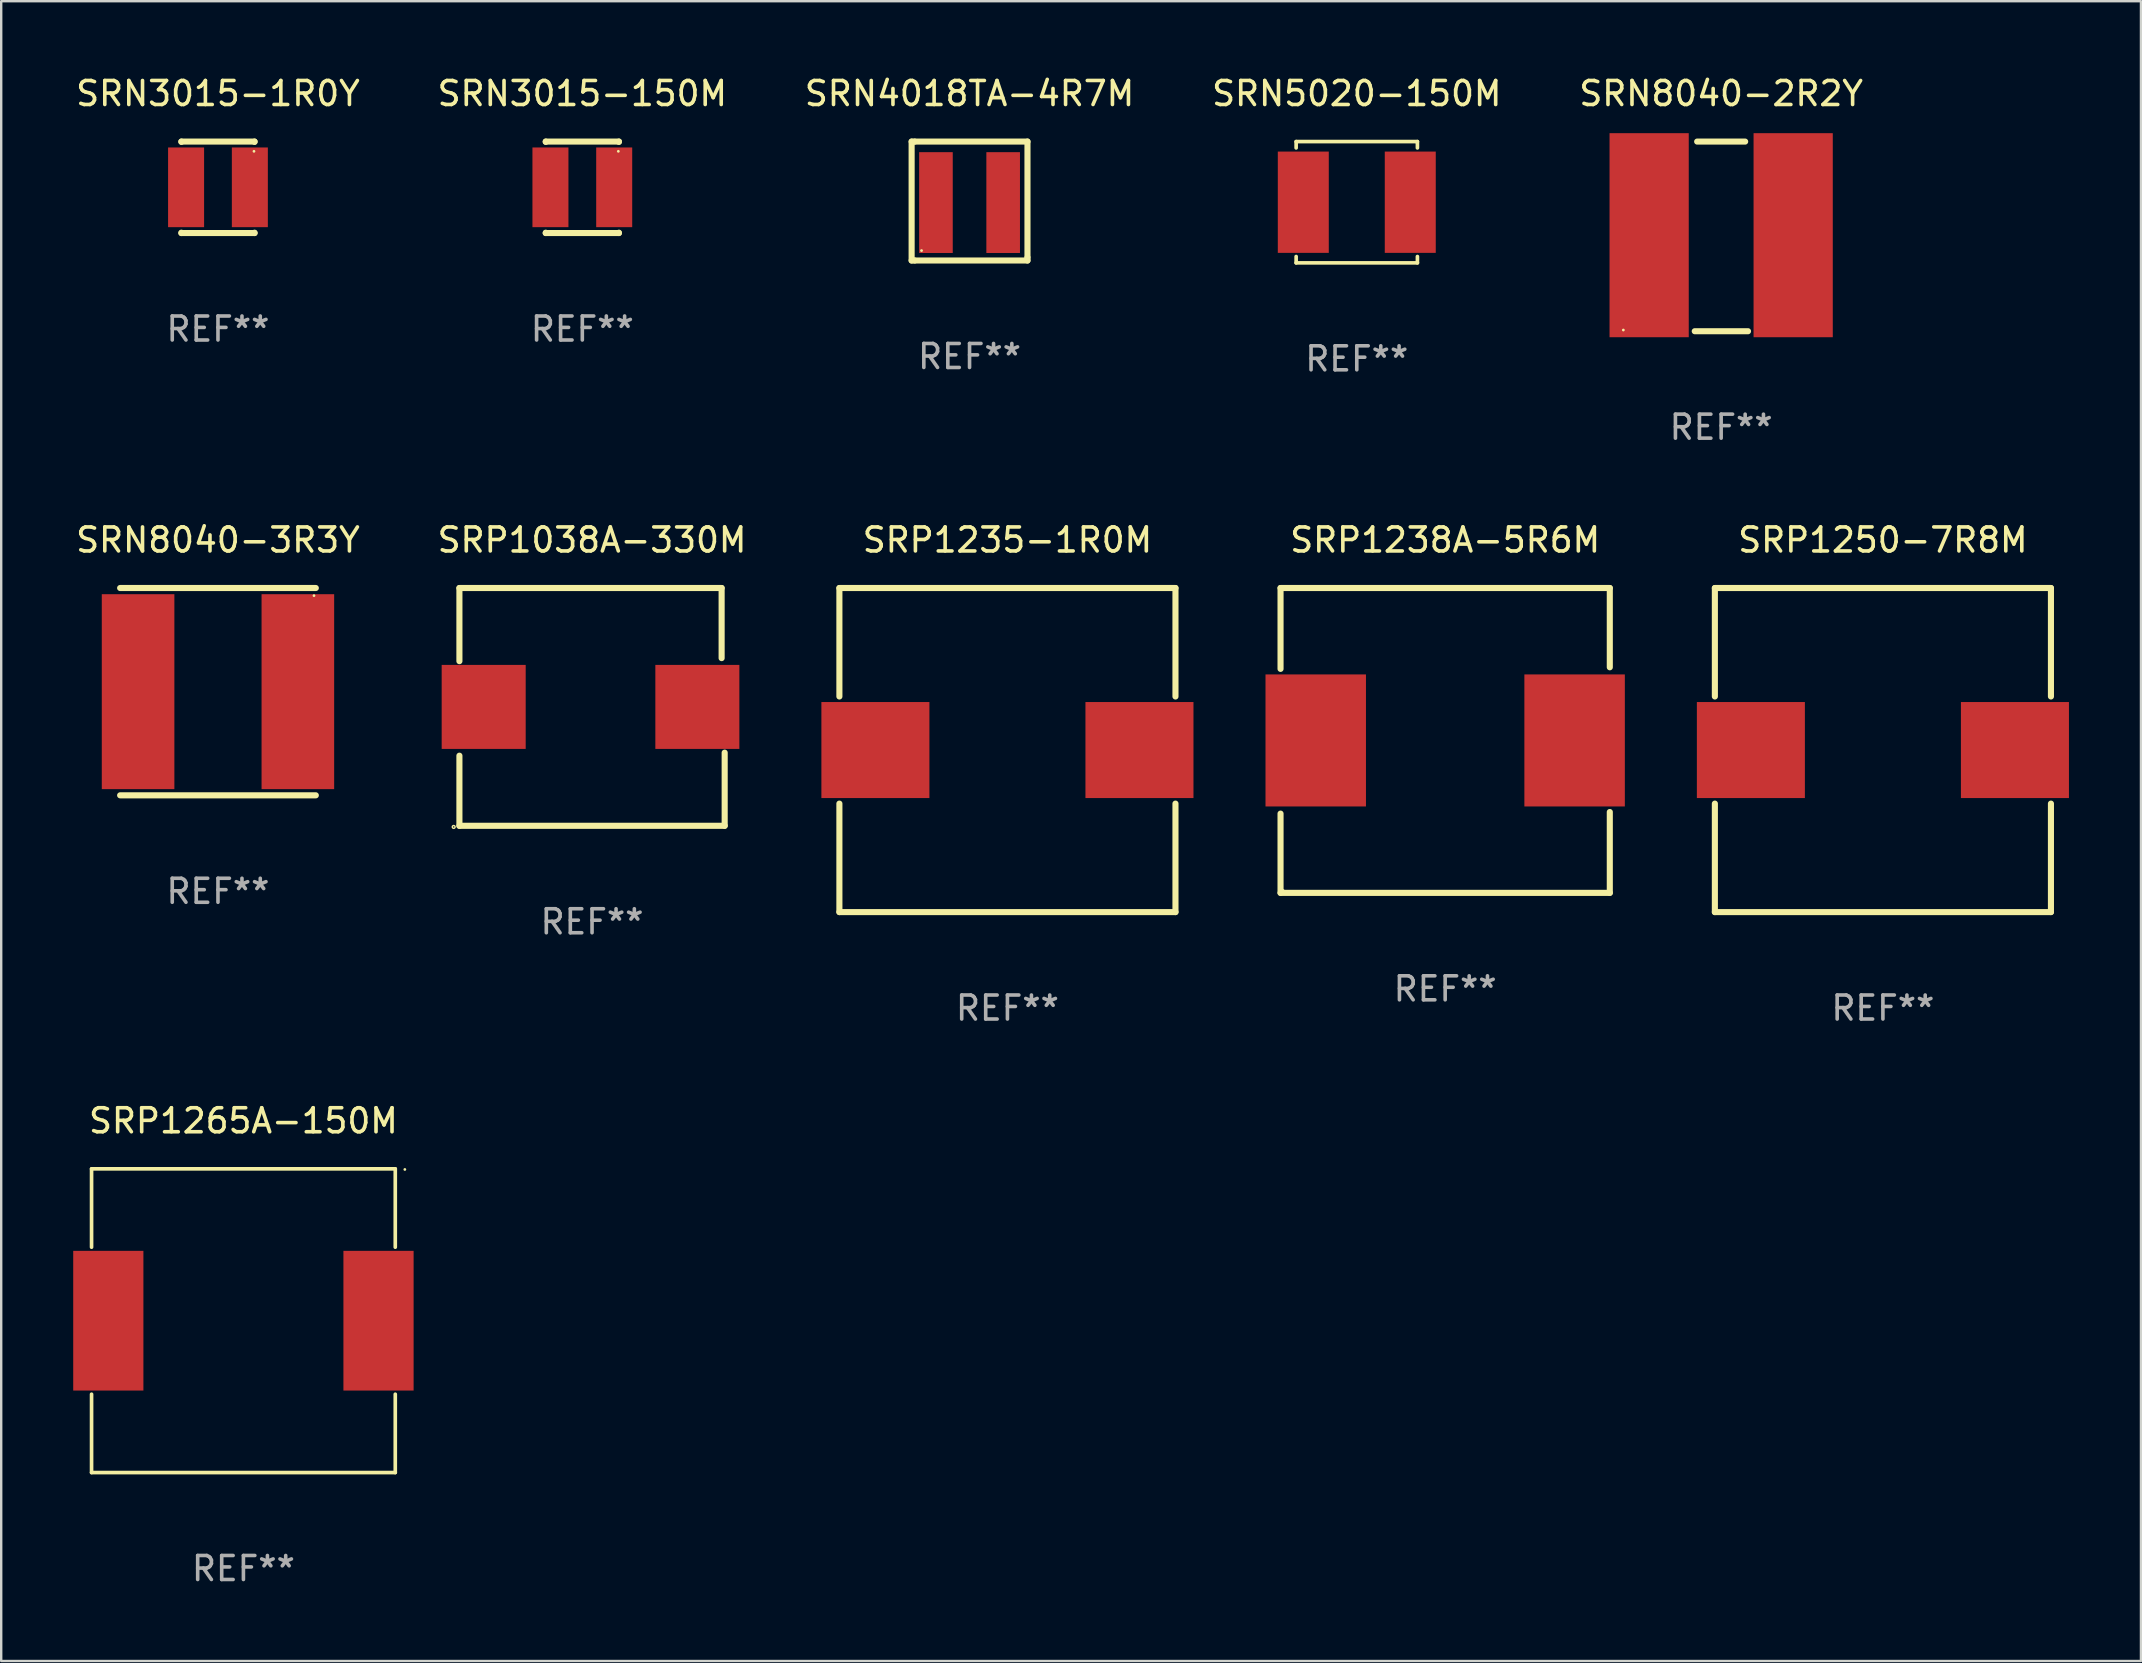
<source format=kicad_pcb>
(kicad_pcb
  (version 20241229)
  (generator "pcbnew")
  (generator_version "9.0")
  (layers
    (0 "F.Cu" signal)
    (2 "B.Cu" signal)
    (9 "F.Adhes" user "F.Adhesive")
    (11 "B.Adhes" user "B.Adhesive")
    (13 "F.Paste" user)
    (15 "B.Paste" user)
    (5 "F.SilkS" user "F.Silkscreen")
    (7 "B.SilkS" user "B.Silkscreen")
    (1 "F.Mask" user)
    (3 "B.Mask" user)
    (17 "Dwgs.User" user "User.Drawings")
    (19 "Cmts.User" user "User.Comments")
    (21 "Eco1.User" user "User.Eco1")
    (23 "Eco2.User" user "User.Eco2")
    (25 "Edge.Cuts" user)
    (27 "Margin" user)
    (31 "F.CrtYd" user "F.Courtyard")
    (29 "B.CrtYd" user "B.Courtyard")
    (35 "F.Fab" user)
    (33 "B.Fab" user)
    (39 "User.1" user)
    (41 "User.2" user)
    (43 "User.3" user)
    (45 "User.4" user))
  (footprint "SRN8040-2R2Y"
    (layer "F.Cu")
    (at 68.649 6.798)
    (property "Reference" "SRN8040-2R2Y" (at 0 -5.95 0) (layer "F.SilkS") (effects (font (size 1 1) (thickness 0.15))))
    (attr through_hole)
    (fp_line (start -1.1 3.95) (end 1.119 3.95) (stroke (width 0.254) (type solid)) (layer "F.SilkS"))
    (fp_line (start -1 -3.95) (end 1 -3.95) (stroke (width 0.254) (type solid)) (layer "F.SilkS"))
    (fp_circle (center -4.075 3.9) (end -4.045 3.9) (stroke (width 0.06) (type solid)) (fill no) (layer "F.SilkS"))
    (fp_text user "REF**" (at 0 7.95 0) (layer "F.Fab") (effects (font (size 1 1) (thickness 0.15))))
    (pad "1" smd rect (at -3 -0.05) (size 3.3 8.5) (layers "F.Cu" "F.Mask" "F.Paste"))
    (pad "2" smd rect (at 3 -0.05) (size 3.3 8.5) (layers "F.Cu" "F.Mask" "F.Paste")))
  (footprint "SRP1038A-330M"
    (layer "F.Cu")
    (at 21.613 26.398)
    (property "Reference" "SRP1038A-330M" (at 0 -6.953 0) (layer "F.SilkS") (effects (font (size 1 1) (thickness 0.15))))
    (attr through_hole)
    (fp_line (start -5.525 -4.953) (end 5.398 -4.953) (stroke (width 0.254) (type solid)) (layer "F.SilkS"))
    (fp_line (start -5.525 -1.905) (end -5.525 -4.953) (stroke (width 0.254) (type solid)) (layer "F.SilkS"))
    (fp_line (start -5.525 4.953) (end -5.525 2.032) (stroke (width 0.254) (type solid)) (layer "F.SilkS"))
    (fp_line (start 5.398 -4.953) (end 5.398 -2.032) (stroke (width 0.254) (type solid)) (layer "F.SilkS"))
    (fp_line (start 5.525 1.905) (end 5.525 4.953) (stroke (width 0.254) (type solid)) (layer "F.SilkS"))
    (fp_line (start 5.525 4.953) (end -5.525 4.953) (stroke (width 0.254) (type solid)) (layer "F.SilkS"))
    (fp_circle (center -5.763 5) (end -5.734 5) (stroke (width 0.06) (type solid)) (fill no) (layer "F.SilkS"))
    (fp_text user "REF**" (at 0 8.953 0) (layer "F.Fab") (effects (font (size 1 1) (thickness 0.15))))
    (pad "1" smd rect (at -4.514 0) (size 3.5 3.5) (layers "F.Cu" "F.Mask" "F.Paste"))
    (pad "2" smd rect (at 4.387 0) (size 3.5 3.5) (layers "F.Cu" "F.Mask" "F.Paste")))
  (footprint "SRP1235-1R0M"
    (layer "F.Cu")
    (at 38.917 28.195)
    (property "Reference" "SRP1235-1R0M" (at 0 -8.75 0) (layer "F.SilkS") (effects (font (size 1 1) (thickness 0.15))))
    (attr through_hole)
    (fp_line (start -7 -6.75) (end -7 -2.231) (stroke (width 0.254) (type solid)) (layer "F.SilkS"))
    (fp_line (start -7 -6.75) (end 7 -6.75) (stroke (width 0.254) (type solid)) (layer "F.SilkS"))
    (fp_line (start -7 2.231) (end -7 6.75) (stroke (width 0.254) (type solid)) (layer "F.SilkS"))
    (fp_line (start 7 -2.231) (end 7 -6.75) (stroke (width 0.254) (type solid)) (layer "F.SilkS"))
    (fp_line (start 7 6.75) (end -7 6.75) (stroke (width 0.254) (type solid)) (layer "F.SilkS"))
    (fp_line (start 7 6.75) (end 7 2.231) (stroke (width 0.254) (type solid)) (layer "F.SilkS"))
    (fp_circle (center -6.95 6.75) (end -6.92 6.75) (stroke (width 0.06) (type solid)) (fill no) (layer "F.SilkS"))
    (fp_text user "REF**" (at 0 10.75 0) (layer "F.Fab") (effects (font (size 1 1) (thickness 0.15))))
    (pad "1" smd rect (at -5.5 0 90) (size 4 4.5) (layers "F.Cu" "F.Mask" "F.Paste"))
    (pad "2" smd rect (at 5.5 0 90) (size 4 4.5) (layers "F.Cu" "F.Mask" "F.Paste")))
  (footprint "SRP1265A-150M"
    (layer "F.Cu")
    (at 7.09 51.967)
    (property "Reference" "SRP1265A-150M" (at 0 -8.326 0) (layer "F.SilkS") (effects (font (size 1 1) (thickness 0.15))))
    (attr through_hole)
    (fp_line (start -6.326 -6.326) (end 6.326 -6.326) (stroke (width 0.152) (type solid)) (layer "F.SilkS"))
    (fp_line (start -6.326 -3.062) (end -6.326 -6.326) (stroke (width 0.152) (type solid)) (layer "F.SilkS"))
    (fp_line (start -6.326 3.062) (end -6.326 6.326) (stroke (width 0.152) (type solid)) (layer "F.SilkS"))
    (fp_line (start -6.326 6.326) (end 6.326 6.326) (stroke (width 0.152) (type solid)) (layer "F.SilkS"))
    (fp_line (start 6.326 -6.326) (end 6.326 -3.062) (stroke (width 0.152) (type solid)) (layer "F.SilkS"))
    (fp_line (start 6.326 6.326) (end 6.326 3.062) (stroke (width 0.152) (type solid)) (layer "F.SilkS"))
    (fp_circle (center 6.725 -6.3) (end 6.755 -6.3) (stroke (width 0.06) (type solid)) (fill no) (layer "F.SilkS"))
    (fp_text user "REF**" (at 0 10.326 0) (layer "F.Fab") (effects (font (size 1 1) (thickness 0.15))))
    (pad "1" smd rect (at 5.628 0) (size 2.924 5.82) (layers "F.Cu" "F.Mask" "F.Paste"))
    (pad "2" smd rect (at -5.628 0) (size 2.924 5.82) (layers "F.Cu" "F.Mask" "F.Paste")))
  (footprint "SRN4018TA-4R7M"
    (layer "F.Cu")
    (at 37.339 5.325)
    (property "Reference" "SRN4018TA-4R7M" (at 0 -4.477 0) (layer "F.SilkS") (effects (font (size 1 1) (thickness 0.15))))
    (attr through_hole)
    (fp_line (start -2.413 -2.477) (end -2.286 -2.477) (stroke (width 0.254) (type solid)) (layer "F.SilkS"))
    (fp_line (start -2.413 2.477) (end -2.413 -2.477) (stroke (width 0.254) (type solid)) (layer "F.SilkS"))
    (fp_line (start -2.286 -2.477) (end 2.413 -2.477) (stroke (width 0.254) (type solid)) (layer "F.SilkS"))
    (fp_line (start -2.286 2.477) (end -2.413 2.477) (stroke (width 0.254) (type solid)) (layer "F.SilkS"))
    (fp_line (start 2.413 -2.477) (end 2.413 2.35) (stroke (width 0.254) (type solid)) (layer "F.SilkS"))
    (fp_line (start 2.413 2.35) (end 2.413 2.477) (stroke (width 0.254) (type solid)) (layer "F.SilkS"))
    (fp_line (start 2.413 2.477) (end -2.286 2.477) (stroke (width 0.254) (type solid)) (layer "F.SilkS"))
    (fp_circle (center -2 2.063) (end -1.97 2.063) (stroke (width 0.06) (type solid)) (fill no) (layer "F.SilkS"))
    (fp_text user "REF**" (at 0 6.477 0) (layer "F.Fab") (effects (font (size 1 1) (thickness 0.15))))
    (pad "1" smd rect (at -1.4 0.064) (size 1.4 4.2) (layers "F.Cu" "F.Mask" "F.Paste"))
    (pad "2" smd rect (at 1.4 0.064 180) (size 1.4 4.2) (layers "F.Cu" "F.Mask" "F.Paste")))
  (footprint "SRP1238A-5R6M"
    (layer "F.Cu")
    (at 57.152 27.795)
    (property "Reference" "SRP1238A-5R6M" (at 0 -8.35 0) (layer "F.SilkS") (effects (font (size 1 1) (thickness 0.15))))
    (attr through_hole)
    (fp_line (start -6.858 -6.35) (end 6.858 -6.35) (stroke (width 0.254) (type solid)) (layer "F.SilkS"))
    (fp_line (start -6.858 -2.981) (end -6.858 -6.35) (stroke (width 0.254) (type solid)) (layer "F.SilkS"))
    (fp_line (start -6.858 6.35) (end -6.858 3.048) (stroke (width 0.254) (type solid)) (layer "F.SilkS"))
    (fp_line (start 6.858 -6.35) (end 6.858 -3.048) (stroke (width 0.254) (type solid)) (layer "F.SilkS"))
    (fp_line (start 6.858 2.981) (end 6.858 6.35) (stroke (width 0.254) (type solid)) (layer "F.SilkS"))
    (fp_line (start 6.858 6.35) (end -6.858 6.35) (stroke (width 0.254) (type solid)) (layer "F.SilkS"))
    (fp_circle (center -6.75 6.25) (end -6.72 6.25) (stroke (width 0.06) (type solid)) (fill no) (layer "F.SilkS"))
    (fp_text user "REF**" (at 0 10.35 0) (layer "F.Fab") (effects (font (size 1 1) (thickness 0.15))))
    (pad "1" smd rect (at -5.392 0) (size 4.185 5.5) (layers "F.Cu" "F.Mask" "F.Paste"))
    (pad "2" smd rect (at 5.392 0) (size 4.185 5.5) (layers "F.Cu" "F.Mask" "F.Paste")))
  (footprint "SRN3015-1R0Y"
    (layer "F.Cu")
    (at 6.03 4.753)
    (property "Reference" "SRN3015-1R0Y" (at 0 -3.905 0) (layer "F.SilkS") (effects (font (size 1 1) (thickness 0.15))))
    (attr through_hole)
    (fp_line (start -1.524 -1.905) (end 1.524 -1.905) (stroke (width 0.254) (type solid)) (layer "F.SilkS"))
    (fp_line (start -1.524 -1.891) (end -1.524 -1.905) (stroke (width 0.254) (type solid)) (layer "F.SilkS"))
    (fp_line (start -1.524 1.905) (end -1.524 1.891) (stroke (width 0.254) (type solid)) (layer "F.SilkS"))
    (fp_line (start -1.524 1.905) (end 1.524 1.905) (stroke (width 0.254) (type solid)) (layer "F.SilkS"))
    (fp_line (start 1.524 -1.905) (end 1.524 -1.891) (stroke (width 0.254) (type solid)) (layer "F.SilkS"))
    (fp_line (start 1.524 1.891) (end 1.524 1.905) (stroke (width 0.254) (type solid)) (layer "F.SilkS"))
    (fp_circle (center 1.5 -1.5) (end 1.53 -1.5) (stroke (width 0.06) (type solid)) (fill no) (layer "F.SilkS"))
    (fp_text user "REF**" (at 0 5.905 0) (layer "F.Fab") (effects (font (size 1 1) (thickness 0.15))))
    (pad "1" smd rect (at 1.328 0) (size 1.5 3.32) (layers "F.Cu" "F.Mask" "F.Paste"))
    (pad "2" smd rect (at -1.328 0) (size 1.5 3.32) (layers "F.Cu" "F.Mask" "F.Paste")))
  (footprint "SRN8040-3R3Y"
    (layer "F.Cu")
    (at 6.03 25.763)
    (property "Reference" "SRN8040-3R3Y" (at 0 -6.318 0) (layer "F.SilkS") (effects (font (size 1 1) (thickness 0.15))))
    (attr through_hole)
    (fp_line (start -4.076 -4.318) (end 4.076 -4.318) (stroke (width 0.254) (type solid)) (layer "F.SilkS"))
    (fp_line (start -4.076 4.318) (end 4.076 4.318) (stroke (width 0.254) (type solid)) (layer "F.SilkS"))
    (fp_circle (center 4 -4) (end 4.03 -4) (stroke (width 0.06) (type solid)) (fill no) (layer "F.SilkS"))
    (fp_text user "REF**" (at 0 8.318 0) (layer "F.Fab") (effects (font (size 1 1) (thickness 0.15))))
    (pad "1" smd rect (at 3.328 0) (size 3.024 8.12) (layers "F.Cu" "F.Mask" "F.Paste"))
    (pad "2" smd rect (at -3.328 0) (size 3.024 8.12) (layers "F.Cu" "F.Mask" "F.Paste")))
  (footprint "SRN5020-150M"
    (layer "F.Cu")
    (at 53.47 5.374)
    (property "Reference" "SRN5020-150M" (at 0 -4.526 0) (layer "F.SilkS") (effects (font (size 1 1) (thickness 0.15))))
    (attr through_hole)
    (fp_line (start -2.526 -2.526) (end 2.526 -2.526) (stroke (width 0.152) (type solid)) (layer "F.SilkS"))
    (fp_line (start -2.526 -2.262) (end -2.526 -2.526) (stroke (width 0.152) (type solid)) (layer "F.SilkS"))
    (fp_line (start -2.526 2.262) (end -2.526 2.526) (stroke (width 0.152) (type solid)) (layer "F.SilkS"))
    (fp_line (start -2.526 2.526) (end 2.526 2.526) (stroke (width 0.152) (type solid)) (layer "F.SilkS"))
    (fp_line (start 2.526 -2.526) (end 2.526 -2.262) (stroke (width 0.152) (type solid)) (layer "F.SilkS"))
    (fp_line (start 2.526 2.526) (end 2.526 2.262) (stroke (width 0.152) (type solid)) (layer "F.SilkS"))
    (fp_circle (center 2.5 -2.5) (end 2.53 -2.5) (stroke (width 0.06) (type solid)) (fill no) (layer "F.SilkS"))
    (fp_text user "REF**" (at 0 6.526 0) (layer "F.Fab") (effects (font (size 1 1) (thickness 0.15))))
    (pad "1" smd rect (at 2.228 0) (size 2.124 4.22) (layers "F.Cu" "F.Mask" "F.Paste"))
    (pad "2" smd rect (at -2.228 0) (size 2.124 4.22) (layers "F.Cu" "F.Mask" "F.Paste")))
  (footprint "SRP1250-7R8M"
    (layer "F.Cu")
    (at 75.387 28.195)
    (property "Reference" "SRP1250-7R8M" (at 0 -8.75 0) (layer "F.SilkS") (effects (font (size 1 1) (thickness 0.15))))
    (attr through_hole)
    (fp_line (start -7 -6.75) (end -7 -2.231) (stroke (width 0.254) (type solid)) (layer "F.SilkS"))
    (fp_line (start -7 -6.75) (end 7 -6.75) (stroke (width 0.254) (type solid)) (layer "F.SilkS"))
    (fp_line (start -7 2.231) (end -7 6.75) (stroke (width 0.254) (type solid)) (layer "F.SilkS"))
    (fp_line (start 7 -2.231) (end 7 -6.75) (stroke (width 0.254) (type solid)) (layer "F.SilkS"))
    (fp_line (start 7 6.75) (end -7 6.75) (stroke (width 0.254) (type solid)) (layer "F.SilkS"))
    (fp_line (start 7 6.75) (end 7 2.231) (stroke (width 0.254) (type solid)) (layer "F.SilkS"))
    (fp_circle (center -6.95 6.75) (end -6.92 6.75) (stroke (width 0.06) (type solid)) (fill no) (layer "F.SilkS"))
    (fp_text user "REF**" (at 0 10.75 0) (layer "F.Fab") (effects (font (size 1 1) (thickness 0.15))))
    (pad "1" smd rect (at -5.5 0 90) (size 4 4.5) (layers "F.Cu" "F.Mask" "F.Paste"))
    (pad "2" smd rect (at 5.5 0 90) (size 4 4.5) (layers "F.Cu" "F.Mask" "F.Paste")))
  (footprint "SRN3015-150M"
    (layer "F.Cu")
    (at 21.208 4.753)
    (property "Reference" "SRN3015-150M" (at 0 -3.905 0) (layer "F.SilkS") (effects (font (size 1 1) (thickness 0.15))))
    (attr through_hole)
    (fp_line (start -1.524 -1.905) (end 1.524 -1.905) (stroke (width 0.254) (type solid)) (layer "F.SilkS"))
    (fp_line (start -1.524 -1.891) (end -1.524 -1.905) (stroke (width 0.254) (type solid)) (layer "F.SilkS"))
    (fp_line (start -1.524 1.905) (end -1.524 1.891) (stroke (width 0.254) (type solid)) (layer "F.SilkS"))
    (fp_line (start -1.524 1.905) (end 1.524 1.905) (stroke (width 0.254) (type solid)) (layer "F.SilkS"))
    (fp_line (start 1.524 -1.905) (end 1.524 -1.891) (stroke (width 0.254) (type solid)) (layer "F.SilkS"))
    (fp_line (start 1.524 1.891) (end 1.524 1.905) (stroke (width 0.254) (type solid)) (layer "F.SilkS"))
    (fp_circle (center 1.5 -1.5) (end 1.53 -1.5) (stroke (width 0.06) (type solid)) (fill no) (layer "F.SilkS"))
    (fp_text user "REF**" (at 0 5.905 0) (layer "F.Fab") (effects (font (size 1 1) (thickness 0.15))))
    (pad "1" smd rect (at 1.328 0) (size 1.5 3.32) (layers "F.Cu" "F.Mask" "F.Paste"))
    (pad "2" smd rect (at -1.328 0) (size 1.5 3.32) (layers "F.Cu" "F.Mask" "F.Paste")))
  (gr_rect
    (start -3 -3)
    (end 86.137 66.142)
    (stroke (width 0.1) (type default))
    (fill no)
    (layer "Edge.Cuts")))
</source>
